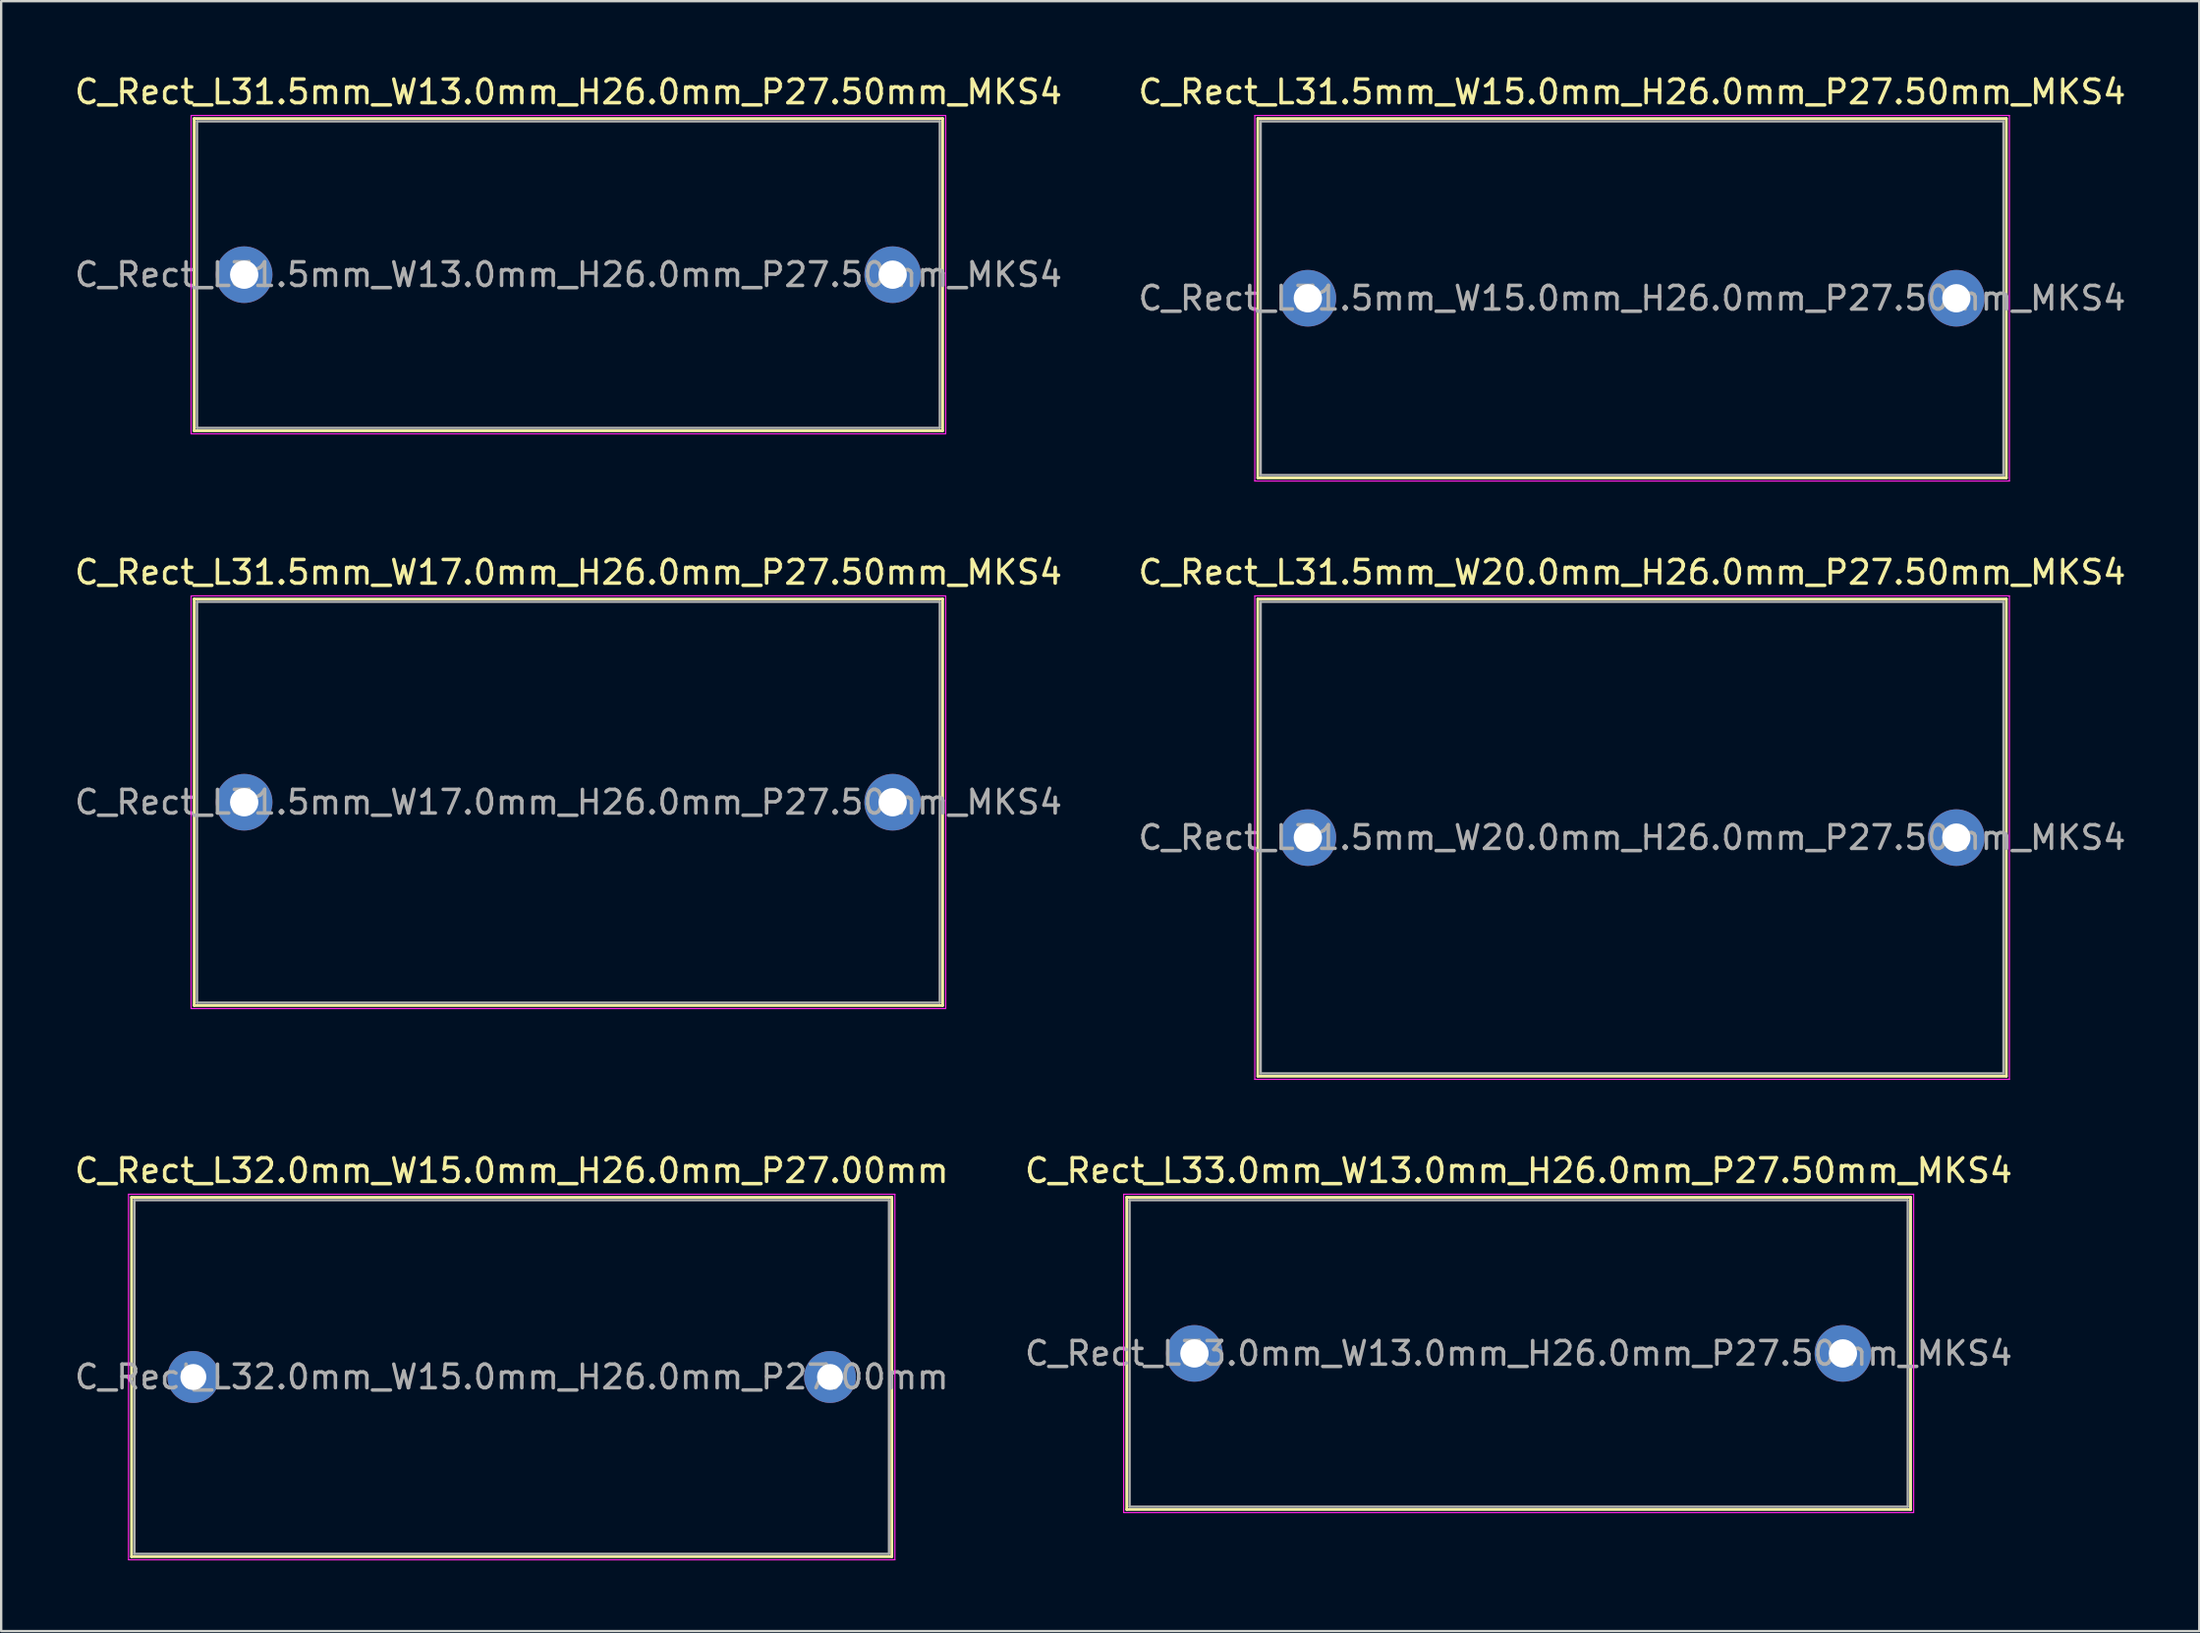
<source format=kicad_pcb>
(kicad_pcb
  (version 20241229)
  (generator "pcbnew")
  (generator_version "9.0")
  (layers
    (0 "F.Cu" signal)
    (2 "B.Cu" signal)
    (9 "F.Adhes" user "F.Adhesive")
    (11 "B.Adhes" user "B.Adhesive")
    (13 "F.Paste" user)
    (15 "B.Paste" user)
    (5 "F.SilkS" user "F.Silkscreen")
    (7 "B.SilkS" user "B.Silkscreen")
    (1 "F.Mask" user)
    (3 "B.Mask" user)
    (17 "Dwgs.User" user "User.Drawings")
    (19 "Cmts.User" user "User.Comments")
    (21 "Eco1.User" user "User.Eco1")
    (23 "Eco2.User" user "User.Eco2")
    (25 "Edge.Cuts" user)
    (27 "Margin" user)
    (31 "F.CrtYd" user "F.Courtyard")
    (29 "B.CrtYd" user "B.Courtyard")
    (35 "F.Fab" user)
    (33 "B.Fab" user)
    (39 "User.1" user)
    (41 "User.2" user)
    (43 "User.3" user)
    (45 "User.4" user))
  (footprint "C_Rect_L32.0mm_W15.0mm_H26.0mm_P27.00mm"
    (layer "F.Cu")
    (at 5.149 55.345)
    (property "Reference" "C_Rect_L32.0mm_W15.0mm_H26.0mm_P27.00mm" (at 13.5 -8.75 0) (layer "F.SilkS") (effects (font (size 1 1) (thickness 0.15))))
    (attr through_hole)
    (fp_line (start -2.62 -7.62) (end -2.62 7.62) (stroke (width 0.12) (type solid)) (layer "F.SilkS"))
    (fp_line (start -2.62 -7.62) (end 29.62 -7.62) (stroke (width 0.12) (type solid)) (layer "F.SilkS"))
    (fp_line (start -2.62 7.62) (end 29.62 7.62) (stroke (width 0.12) (type solid)) (layer "F.SilkS"))
    (fp_line (start 29.62 -7.62) (end 29.62 7.62) (stroke (width 0.12) (type solid)) (layer "F.SilkS"))
    (fp_line (start -2.75 -7.75) (end -2.75 7.75) (stroke (width 0.05) (type solid)) (layer "F.CrtYd"))
    (fp_line (start -2.75 7.75) (end 29.75 7.75) (stroke (width 0.05) (type solid)) (layer "F.CrtYd"))
    (fp_line (start 29.75 -7.75) (end -2.75 -7.75) (stroke (width 0.05) (type solid)) (layer "F.CrtYd"))
    (fp_line (start 29.75 7.75) (end 29.75 -7.75) (stroke (width 0.05) (type solid)) (layer "F.CrtYd"))
    (fp_line (start -2.5 -7.5) (end -2.5 7.5) (stroke (width 0.1) (type solid)) (layer "F.Fab"))
    (fp_line (start -2.5 7.5) (end 29.5 7.5) (stroke (width 0.1) (type solid)) (layer "F.Fab"))
    (fp_line (start 29.5 -7.5) (end -2.5 -7.5) (stroke (width 0.1) (type solid)) (layer "F.Fab"))
    (fp_line (start 29.5 7.5) (end 29.5 -7.5) (stroke (width 0.1) (type solid)) (layer "F.Fab"))
    (fp_text user "${REFERENCE}" (at 13.5 0 0) (layer "F.Fab") (effects (font (size 1 1) (thickness 0.15))))
    (pad "1" thru_hole circle (at 0 0) (size 2.2 2.2) (drill 1.1) (layers "*.Cu" "*.Mask"))
    (pad "2" thru_hole circle (at 27 0) (size 2.2 2.2) (drill 1.1) (layers "*.Cu" "*.Mask")))
  (footprint "C_Rect_L33.0mm_W13.0mm_H26.0mm_P27.50mm_MKS4"
    (layer "F.Cu")
    (at 47.601 54.345)
    (property "Reference" "C_Rect_L33.0mm_W13.0mm_H26.0mm_P27.50mm_MKS4" (at 13.75 -7.75 0) (layer "F.SilkS") (effects (font (size 1 1) (thickness 0.15))))
    (attr through_hole)
    (fp_line (start -2.87 -6.62) (end -2.87 6.62) (stroke (width 0.12) (type solid)) (layer "F.SilkS"))
    (fp_line (start -2.87 -6.62) (end 30.37 -6.62) (stroke (width 0.12) (type solid)) (layer "F.SilkS"))
    (fp_line (start -2.87 6.62) (end 30.37 6.62) (stroke (width 0.12) (type solid)) (layer "F.SilkS"))
    (fp_line (start 30.37 -6.62) (end 30.37 6.62) (stroke (width 0.12) (type solid)) (layer "F.SilkS"))
    (fp_line (start -3 -6.75) (end -3 6.75) (stroke (width 0.05) (type solid)) (layer "F.CrtYd"))
    (fp_line (start -3 6.75) (end 30.5 6.75) (stroke (width 0.05) (type solid)) (layer "F.CrtYd"))
    (fp_line (start 30.5 -6.75) (end -3 -6.75) (stroke (width 0.05) (type solid)) (layer "F.CrtYd"))
    (fp_line (start 30.5 6.75) (end 30.5 -6.75) (stroke (width 0.05) (type solid)) (layer "F.CrtYd"))
    (fp_line (start -2.75 -6.5) (end -2.75 6.5) (stroke (width 0.1) (type solid)) (layer "F.Fab"))
    (fp_line (start -2.75 6.5) (end 30.25 6.5) (stroke (width 0.1) (type solid)) (layer "F.Fab"))
    (fp_line (start 30.25 -6.5) (end -2.75 -6.5) (stroke (width 0.1) (type solid)) (layer "F.Fab"))
    (fp_line (start 30.25 6.5) (end 30.25 -6.5) (stroke (width 0.1) (type solid)) (layer "F.Fab"))
    (fp_text user "${REFERENCE}" (at 13.75 0 0) (layer "F.Fab") (effects (font (size 1 1) (thickness 0.15))))
    (pad "1" thru_hole circle (at 0 0) (size 2.4 2.4) (drill 1.2) (layers "*.Cu" "*.Mask"))
    (pad "2" thru_hole circle (at 27.5 0) (size 2.4 2.4) (drill 1.2) (layers "*.Cu" "*.Mask")))
  (footprint "C_Rect_L31.5mm_W15.0mm_H26.0mm_P27.50mm_MKS4"
    (layer "F.Cu")
    (at 52.411 9.598)
    (property "Reference" "C_Rect_L31.5mm_W15.0mm_H26.0mm_P27.50mm_MKS4" (at 13.75 -8.75 0) (layer "F.SilkS") (effects (font (size 1 1) (thickness 0.15))))
    (attr through_hole)
    (fp_line (start -2.12 -7.62) (end -2.12 7.62) (stroke (width 0.12) (type solid)) (layer "F.SilkS"))
    (fp_line (start -2.12 -7.62) (end 29.62 -7.62) (stroke (width 0.12) (type solid)) (layer "F.SilkS"))
    (fp_line (start -2.12 7.62) (end 29.62 7.62) (stroke (width 0.12) (type solid)) (layer "F.SilkS"))
    (fp_line (start 29.62 -7.62) (end 29.62 7.62) (stroke (width 0.12) (type solid)) (layer "F.SilkS"))
    (fp_line (start -2.25 -7.75) (end -2.25 7.75) (stroke (width 0.05) (type solid)) (layer "F.CrtYd"))
    (fp_line (start -2.25 7.75) (end 29.75 7.75) (stroke (width 0.05) (type solid)) (layer "F.CrtYd"))
    (fp_line (start 29.75 -7.75) (end -2.25 -7.75) (stroke (width 0.05) (type solid)) (layer "F.CrtYd"))
    (fp_line (start 29.75 7.75) (end 29.75 -7.75) (stroke (width 0.05) (type solid)) (layer "F.CrtYd"))
    (fp_line (start -2 -7.5) (end -2 7.5) (stroke (width 0.1) (type solid)) (layer "F.Fab"))
    (fp_line (start -2 7.5) (end 29.5 7.5) (stroke (width 0.1) (type solid)) (layer "F.Fab"))
    (fp_line (start 29.5 -7.5) (end -2 -7.5) (stroke (width 0.1) (type solid)) (layer "F.Fab"))
    (fp_line (start 29.5 7.5) (end 29.5 -7.5) (stroke (width 0.1) (type solid)) (layer "F.Fab"))
    (fp_text user "${REFERENCE}" (at 13.75 0 0) (layer "F.Fab") (effects (font (size 1 1) (thickness 0.15))))
    (pad "1" thru_hole circle (at 0 0) (size 2.4 2.4) (drill 1.2) (layers "*.Cu" "*.Mask"))
    (pad "2" thru_hole circle (at 27.5 0) (size 2.4 2.4) (drill 1.2) (layers "*.Cu" "*.Mask")))
  (footprint "C_Rect_L31.5mm_W20.0mm_H26.0mm_P27.50mm_MKS4"
    (layer "F.Cu")
    (at 52.411 32.471)
    (property "Reference" "C_Rect_L31.5mm_W20.0mm_H26.0mm_P27.50mm_MKS4" (at 13.75 -11.25 0) (layer "F.SilkS") (effects (font (size 1 1) (thickness 0.15))))
    (attr through_hole)
    (fp_line (start -2.12 -10.12) (end -2.12 10.12) (stroke (width 0.12) (type solid)) (layer "F.SilkS"))
    (fp_line (start -2.12 -10.12) (end 29.62 -10.12) (stroke (width 0.12) (type solid)) (layer "F.SilkS"))
    (fp_line (start -2.12 10.12) (end 29.62 10.12) (stroke (width 0.12) (type solid)) (layer "F.SilkS"))
    (fp_line (start 29.62 -10.12) (end 29.62 10.12) (stroke (width 0.12) (type solid)) (layer "F.SilkS"))
    (fp_line (start -2.25 -10.25) (end -2.25 10.25) (stroke (width 0.05) (type solid)) (layer "F.CrtYd"))
    (fp_line (start -2.25 10.25) (end 29.75 10.25) (stroke (width 0.05) (type solid)) (layer "F.CrtYd"))
    (fp_line (start 29.75 -10.25) (end -2.25 -10.25) (stroke (width 0.05) (type solid)) (layer "F.CrtYd"))
    (fp_line (start 29.75 10.25) (end 29.75 -10.25) (stroke (width 0.05) (type solid)) (layer "F.CrtYd"))
    (fp_line (start -2 -10) (end -2 10) (stroke (width 0.1) (type solid)) (layer "F.Fab"))
    (fp_line (start -2 10) (end 29.5 10) (stroke (width 0.1) (type solid)) (layer "F.Fab"))
    (fp_line (start 29.5 -10) (end -2 -10) (stroke (width 0.1) (type solid)) (layer "F.Fab"))
    (fp_line (start 29.5 10) (end 29.5 -10) (stroke (width 0.1) (type solid)) (layer "F.Fab"))
    (fp_text user "${REFERENCE}" (at 13.75 0 0) (layer "F.Fab") (effects (font (size 1 1) (thickness 0.15))))
    (pad "1" thru_hole circle (at 0 0) (size 2.4 2.4) (drill 1.2) (layers "*.Cu" "*.Mask"))
    (pad "2" thru_hole circle (at 27.5 0) (size 2.4 2.4) (drill 1.2) (layers "*.Cu" "*.Mask")))
  (footprint "C_Rect_L31.5mm_W17.0mm_H26.0mm_P27.50mm_MKS4"
    (layer "F.Cu")
    (at 7.304 30.971)
    (property "Reference" "C_Rect_L31.5mm_W17.0mm_H26.0mm_P27.50mm_MKS4" (at 13.75 -9.75 0) (layer "F.SilkS") (effects (font (size 1 1) (thickness 0.15))))
    (attr through_hole)
    (fp_line (start -2.12 -8.62) (end -2.12 8.62) (stroke (width 0.12) (type solid)) (layer "F.SilkS"))
    (fp_line (start -2.12 -8.62) (end 29.62 -8.62) (stroke (width 0.12) (type solid)) (layer "F.SilkS"))
    (fp_line (start -2.12 8.62) (end 29.62 8.62) (stroke (width 0.12) (type solid)) (layer "F.SilkS"))
    (fp_line (start 29.62 -8.62) (end 29.62 8.62) (stroke (width 0.12) (type solid)) (layer "F.SilkS"))
    (fp_line (start -2.25 -8.75) (end -2.25 8.75) (stroke (width 0.05) (type solid)) (layer "F.CrtYd"))
    (fp_line (start -2.25 8.75) (end 29.75 8.75) (stroke (width 0.05) (type solid)) (layer "F.CrtYd"))
    (fp_line (start 29.75 -8.75) (end -2.25 -8.75) (stroke (width 0.05) (type solid)) (layer "F.CrtYd"))
    (fp_line (start 29.75 8.75) (end 29.75 -8.75) (stroke (width 0.05) (type solid)) (layer "F.CrtYd"))
    (fp_line (start -2 -8.5) (end -2 8.5) (stroke (width 0.1) (type solid)) (layer "F.Fab"))
    (fp_line (start -2 8.5) (end 29.5 8.5) (stroke (width 0.1) (type solid)) (layer "F.Fab"))
    (fp_line (start 29.5 -8.5) (end -2 -8.5) (stroke (width 0.1) (type solid)) (layer "F.Fab"))
    (fp_line (start 29.5 8.5) (end 29.5 -8.5) (stroke (width 0.1) (type solid)) (layer "F.Fab"))
    (fp_text user "${REFERENCE}" (at 13.75 0 0) (layer "F.Fab") (effects (font (size 1 1) (thickness 0.15))))
    (pad "1" thru_hole circle (at 0 0) (size 2.4 2.4) (drill 1.2) (layers "*.Cu" "*.Mask"))
    (pad "2" thru_hole circle (at 27.5 0) (size 2.4 2.4) (drill 1.2) (layers "*.Cu" "*.Mask")))
  (footprint "C_Rect_L31.5mm_W13.0mm_H26.0mm_P27.50mm_MKS4"
    (layer "F.Cu")
    (at 7.304 8.598)
    (property "Reference" "C_Rect_L31.5mm_W13.0mm_H26.0mm_P27.50mm_MKS4" (at 13.75 -7.75 0) (layer "F.SilkS") (effects (font (size 1 1) (thickness 0.15))))
    (attr through_hole)
    (fp_line (start -2.12 -6.62) (end -2.12 6.62) (stroke (width 0.12) (type solid)) (layer "F.SilkS"))
    (fp_line (start -2.12 -6.62) (end 29.62 -6.62) (stroke (width 0.12) (type solid)) (layer "F.SilkS"))
    (fp_line (start -2.12 6.62) (end 29.62 6.62) (stroke (width 0.12) (type solid)) (layer "F.SilkS"))
    (fp_line (start 29.62 -6.62) (end 29.62 6.62) (stroke (width 0.12) (type solid)) (layer "F.SilkS"))
    (fp_line (start -2.25 -6.75) (end -2.25 6.75) (stroke (width 0.05) (type solid)) (layer "F.CrtYd"))
    (fp_line (start -2.25 6.75) (end 29.75 6.75) (stroke (width 0.05) (type solid)) (layer "F.CrtYd"))
    (fp_line (start 29.75 -6.75) (end -2.25 -6.75) (stroke (width 0.05) (type solid)) (layer "F.CrtYd"))
    (fp_line (start 29.75 6.75) (end 29.75 -6.75) (stroke (width 0.05) (type solid)) (layer "F.CrtYd"))
    (fp_line (start -2 -6.5) (end -2 6.5) (stroke (width 0.1) (type solid)) (layer "F.Fab"))
    (fp_line (start -2 6.5) (end 29.5 6.5) (stroke (width 0.1) (type solid)) (layer "F.Fab"))
    (fp_line (start 29.5 -6.5) (end -2 -6.5) (stroke (width 0.1) (type solid)) (layer "F.Fab"))
    (fp_line (start 29.5 6.5) (end 29.5 -6.5) (stroke (width 0.1) (type solid)) (layer "F.Fab"))
    (fp_text user "${REFERENCE}" (at 13.75 0 0) (layer "F.Fab") (effects (font (size 1 1) (thickness 0.15))))
    (pad "1" thru_hole circle (at 0 0) (size 2.4 2.4) (drill 1.2) (layers "*.Cu" "*.Mask"))
    (pad "2" thru_hole circle (at 27.5 0) (size 2.4 2.4) (drill 1.2) (layers "*.Cu" "*.Mask")))
  (gr_rect
    (start -3 -3)
    (end 90.214 66.12)
    (stroke (width 0.1) (type default))
    (fill no)
    (layer "Edge.Cuts")))
</source>
